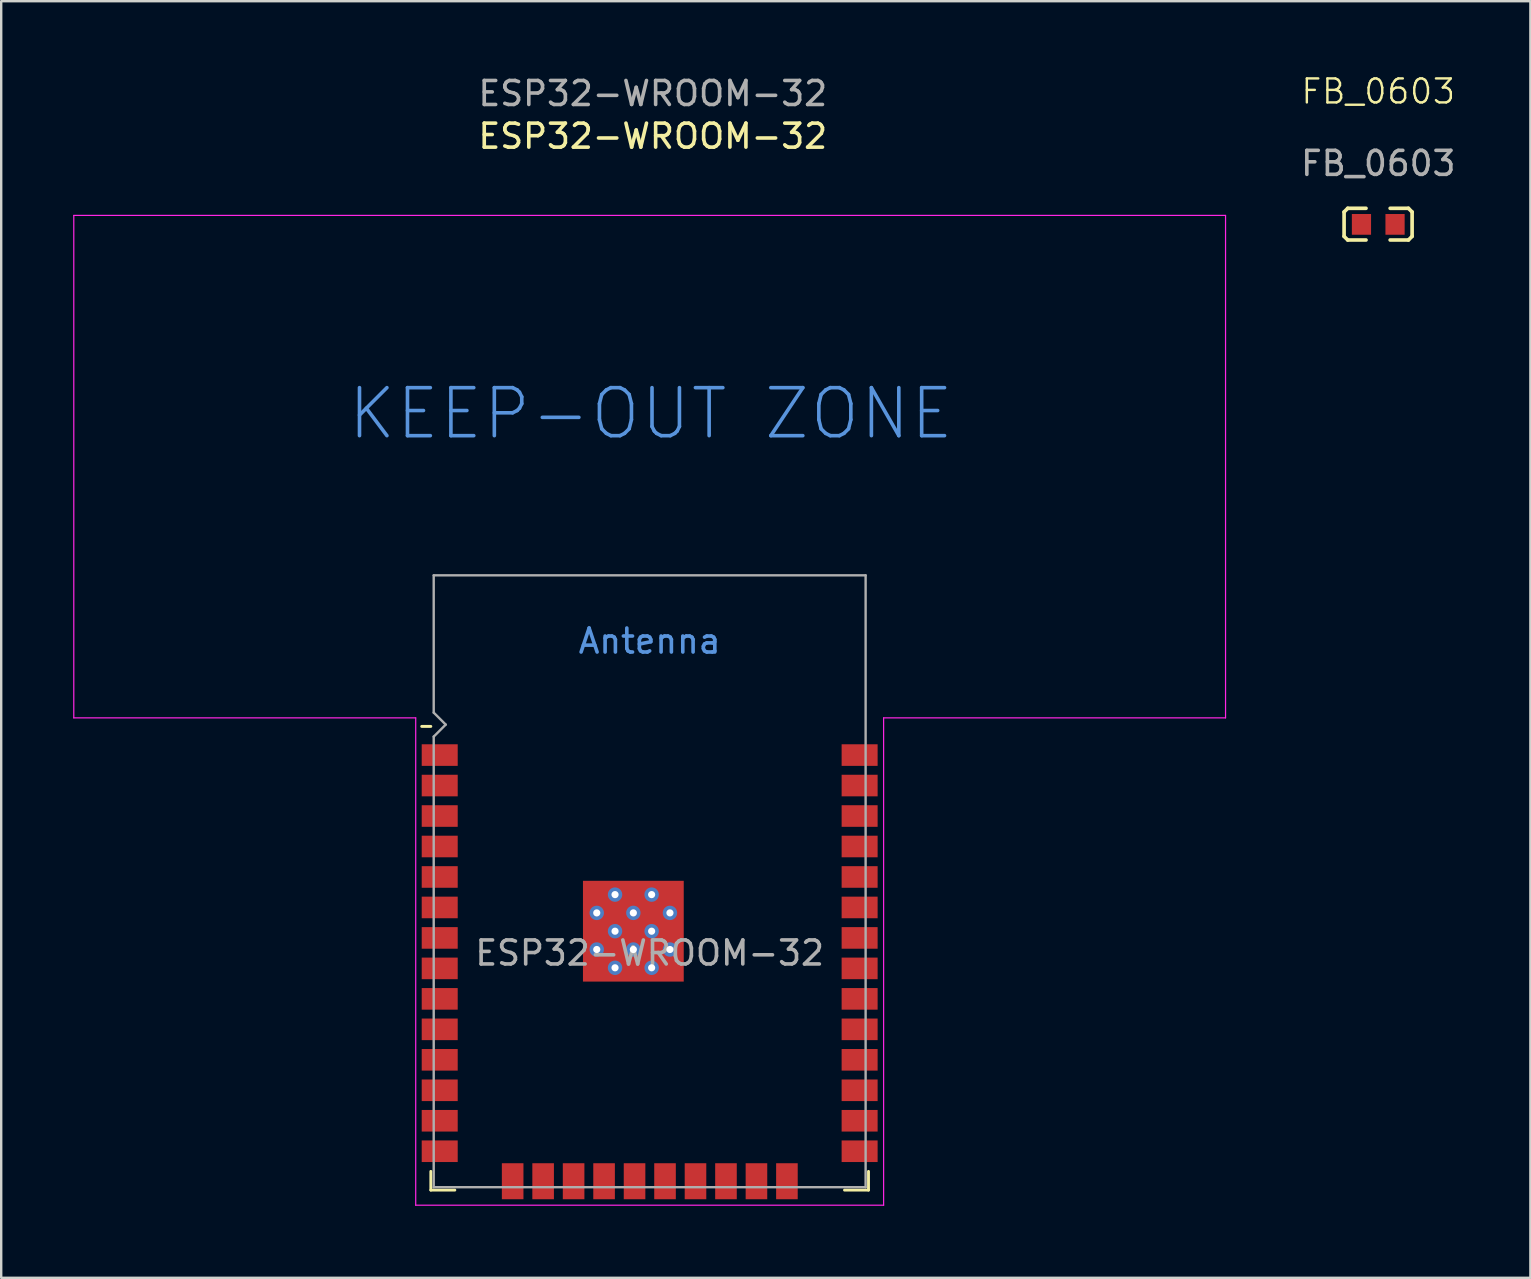
<source format=kicad_pcb>
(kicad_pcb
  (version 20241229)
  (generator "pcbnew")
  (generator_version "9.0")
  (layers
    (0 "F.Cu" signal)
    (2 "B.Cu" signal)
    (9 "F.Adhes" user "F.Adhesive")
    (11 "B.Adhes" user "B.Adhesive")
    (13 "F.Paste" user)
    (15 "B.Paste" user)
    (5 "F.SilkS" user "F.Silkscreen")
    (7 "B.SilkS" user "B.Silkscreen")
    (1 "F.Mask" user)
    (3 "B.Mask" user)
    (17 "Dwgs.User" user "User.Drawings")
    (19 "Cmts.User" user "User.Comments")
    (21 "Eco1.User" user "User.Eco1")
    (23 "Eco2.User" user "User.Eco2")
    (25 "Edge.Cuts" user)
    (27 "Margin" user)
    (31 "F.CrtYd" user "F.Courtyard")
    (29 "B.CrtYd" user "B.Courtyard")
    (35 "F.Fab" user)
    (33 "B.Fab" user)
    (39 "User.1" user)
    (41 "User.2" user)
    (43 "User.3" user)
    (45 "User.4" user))
  (footprint "ESP32-WROOM-32"
    (layer "F.Cu")
    (at 24.155 36.408)
    (property "Reference" "ESP32-WROOM-32" (at 0 -33.782 0) (unlocked yes) (layer "F.SilkS") (effects (font (size 1 1) (thickness 0.15))))
    (attr smd)
    (fp_line (start -9.25 -9.185) (end -9.63 -9.185) (stroke (width 0.12) (type solid)) (layer "F.SilkS"))
    (fp_line (start -9.25 9.36) (end -9.25 10.14) (stroke (width 0.12) (type solid)) (layer "F.SilkS"))
    (fp_line (start -9.25 10.14) (end -8.25 10.14) (stroke (width 0.12) (type solid)) (layer "F.SilkS"))
    (fp_line (start 8.99 9.36) (end 8.99 10.14) (stroke (width 0.12) (type solid)) (layer "F.SilkS"))
    (fp_line (start 8.99 10.14) (end 7.99 10.14) (stroke (width 0.12) (type solid)) (layer "F.SilkS"))
    (fp_line (start -24.13 -30.48) (end -24.13 -9.54) (stroke (width 0.05) (type solid)) (layer "F.CrtYd"))
    (fp_line (start -24.13 -9.54) (end -9.88 -9.54) (stroke (width 0.05) (type solid)) (layer "F.CrtYd"))
    (fp_line (start -9.88 10.77) (end -9.88 -9.54) (stroke (width 0.05) (type solid)) (layer "F.CrtYd"))
    (fp_line (start -9.88 10.77) (end 9.62 10.77) (stroke (width 0.05) (type solid)) (layer "F.CrtYd"))
    (fp_line (start 9.62 -9.54) (end 9.62 10.77) (stroke (width 0.05) (type solid)) (layer "F.CrtYd"))
    (fp_line (start 9.62 -9.54) (end 23.87 -9.54) (stroke (width 0.05) (type solid)) (layer "F.CrtYd"))
    (fp_line (start 23.87 -30.48) (end -24.13 -30.48) (stroke (width 0.05) (type solid)) (layer "F.CrtYd"))
    (fp_line (start 23.87 -9.54) (end 23.87 -30.48) (stroke (width 0.05) (type solid)) (layer "F.CrtYd"))
    (fp_line (start -9.13 -15.48) (end -9.13 -9.76) (stroke (width 0.1) (type solid)) (layer "F.Fab"))
    (fp_line (start -9.13 -15.48) (end 8.87 -15.48) (stroke (width 0.1) (type solid)) (layer "F.Fab"))
    (fp_line (start -9.13 -8.76) (end -9.13 10.02) (stroke (width 0.1) (type solid)) (layer "F.Fab"))
    (fp_line (start -9.13 -8.76) (end -8.63 -9.26) (stroke (width 0.1) (type solid)) (layer "F.Fab"))
    (fp_line (start -9.13 10.02) (end 8.87 10.02) (stroke (width 0.1) (type solid)) (layer "F.Fab"))
    (fp_line (start -8.63 -9.26) (end -9.13 -9.76) (stroke (width 0.1) (type solid)) (layer "F.Fab"))
    (fp_line (start 8.87 10.02) (end 8.87 -15.48) (stroke (width 0.1) (type solid)) (layer "F.Fab"))
    (fp_text user "Antenna" (at -0.13 -12.74 0) (layer "Cmts.User") (effects (font (size 1 1) (thickness 0.15))))
    (fp_text user "KEEP-OUT ZONE" (at -0.08 -22.22 0) (layer "Cmts.User") (effects (font (size 2 2) (thickness 0.15))))
    (fp_text user "${REFERENCE}" (at -0.13 0.26 0) (layer "F.Fab") (effects (font (size 1 1) (thickness 0.15))))
    (fp_text user "${REFERENCE}" (at 0 -35.56 0) (unlocked yes) (layer "F.Fab") (effects (font (size 1 1) (thickness 0.15))))
    (pad "1" smd rect (at -8.88 -7.99) (size 1.5 0.9) (layers "F.Cu" "F.Mask" "F.Paste"))
    (pad "2" smd rect (at -8.88 -6.72) (size 1.5 0.9) (layers "F.Cu" "F.Mask" "F.Paste"))
    (pad "3" smd rect (at -8.88 -5.45) (size 1.5 0.9) (layers "F.Cu" "F.Mask" "F.Paste"))
    (pad "4" smd rect (at -8.88 -4.18) (size 1.5 0.9) (layers "F.Cu" "F.Mask" "F.Paste"))
    (pad "5" smd rect (at -8.88 -2.91) (size 1.5 0.9) (layers "F.Cu" "F.Mask" "F.Paste"))
    (pad "6" smd rect (at -8.88 -1.64) (size 1.5 0.9) (layers "F.Cu" "F.Mask" "F.Paste"))
    (pad "7" smd rect (at -8.88 -0.37) (size 1.5 0.9) (layers "F.Cu" "F.Mask" "F.Paste"))
    (pad "8" smd rect (at -8.88 0.9) (size 1.5 0.9) (layers "F.Cu" "F.Mask" "F.Paste"))
    (pad "9" smd rect (at -8.88 2.17) (size 1.5 0.9) (layers "F.Cu" "F.Mask" "F.Paste"))
    (pad "10" smd rect (at -8.88 3.44) (size 1.5 0.9) (layers "F.Cu" "F.Mask" "F.Paste"))
    (pad "11" smd rect (at -8.88 4.71) (size 1.5 0.9) (layers "F.Cu" "F.Mask" "F.Paste"))
    (pad "12" smd rect (at -8.88 5.98) (size 1.5 0.9) (layers "F.Cu" "F.Mask" "F.Paste"))
    (pad "13" smd rect (at -8.88 7.25) (size 1.5 0.9) (layers "F.Cu" "F.Mask" "F.Paste"))
    (pad "14" smd rect (at -8.88 8.52) (size 1.5 0.9) (layers "F.Cu" "F.Mask" "F.Paste"))
    (pad "15" smd rect (at -5.84 9.77 90) (size 1.5 0.9) (layers "F.Cu" "F.Mask" "F.Paste"))
    (pad "16" smd rect (at -4.57 9.77 90) (size 1.5 0.9) (layers "F.Cu" "F.Mask" "F.Paste"))
    (pad "17" smd rect (at -3.3 9.77 90) (size 1.5 0.9) (layers "F.Cu" "F.Mask" "F.Paste"))
    (pad "18" smd rect (at -2.03 9.77 90) (size 1.5 0.9) (layers "F.Cu" "F.Mask" "F.Paste"))
    (pad "19" smd rect (at -0.76 9.77 90) (size 1.5 0.9) (layers "F.Cu" "F.Mask" "F.Paste"))
    (pad "20" smd rect (at 0.51 9.77 90) (size 1.5 0.9) (layers "F.Cu" "F.Mask" "F.Paste"))
    (pad "21" smd rect (at 1.78 9.77 90) (size 1.5 0.9) (layers "F.Cu" "F.Mask" "F.Paste"))
    (pad "22" smd rect (at 3.05 9.77 90) (size 1.5 0.9) (layers "F.Cu" "F.Mask" "F.Paste"))
    (pad "23" smd rect (at 4.32 9.77 90) (size 1.5 0.9) (layers "F.Cu" "F.Mask" "F.Paste"))
    (pad "24" smd rect (at 5.59 9.77 90) (size 1.5 0.9) (layers "F.Cu" "F.Mask" "F.Paste"))
    (pad "25" smd rect (at 8.62 8.52) (size 1.5 0.9) (layers "F.Cu" "F.Mask" "F.Paste"))
    (pad "26" smd rect (at 8.62 7.25) (size 1.5 0.9) (layers "F.Cu" "F.Mask" "F.Paste"))
    (pad "27" smd rect (at 8.62 5.98) (size 1.5 0.9) (layers "F.Cu" "F.Mask" "F.Paste"))
    (pad "28" smd rect (at 8.62 4.71) (size 1.5 0.9) (layers "F.Cu" "F.Mask" "F.Paste"))
    (pad "29" smd rect (at 8.62 3.44) (size 1.5 0.9) (layers "F.Cu" "F.Mask" "F.Paste"))
    (pad "30" smd rect (at 8.62 2.17) (size 1.5 0.9) (layers "F.Cu" "F.Mask" "F.Paste"))
    (pad "31" smd rect (at 8.62 0.9) (size 1.5 0.9) (layers "F.Cu" "F.Mask" "F.Paste"))
    (pad "32" smd rect (at 8.62 -0.37) (size 1.5 0.9) (layers "F.Cu" "F.Mask" "F.Paste"))
    (pad "33" smd rect (at 8.62 -1.64) (size 1.5 0.9) (layers "F.Cu" "F.Mask" "F.Paste"))
    (pad "34" smd rect (at 8.62 -2.91) (size 1.5 0.9) (layers "F.Cu" "F.Mask" "F.Paste"))
    (pad "35" smd rect (at 8.62 -4.18) (size 1.5 0.9) (layers "F.Cu" "F.Mask" "F.Paste"))
    (pad "36" smd rect (at 8.62 -5.45) (size 1.5 0.9) (layers "F.Cu" "F.Mask" "F.Paste"))
    (pad "37" smd rect (at 8.62 -6.72) (size 1.5 0.9) (layers "F.Cu" "F.Mask" "F.Paste"))
    (pad "38" smd rect (at 8.62 -7.99) (size 1.5 0.9) (layers "F.Cu" "F.Mask" "F.Paste"))
    (pad "39" smd rect (at -2.335 -2.175) (size 1.05 1.05) (layers "F.Cu" "F.Paste"))
    (pad "39" thru_hole circle (at -2.335 -1.413) (size 0.6 0.6) (drill 0.3) (property pad_prop_heatsink) (layers "*.Cu" "F.Mask"))
    (pad "39" smd rect (at -2.335 -0.65) (size 1.05 1.05) (layers "F.Cu" "F.Paste"))
    (pad "39" thru_hole circle (at -2.335 0.113) (size 0.6 0.6) (drill 0.3) (property pad_prop_heatsink) (layers "*.Cu" "F.Mask"))
    (pad "39" smd rect (at -2.335 0.875) (size 1.05 1.05) (layers "F.Cu" "F.Paste"))
    (pad "39" thru_hole circle (at -1.573 -2.175) (size 0.6 0.6) (drill 0.3) (property pad_prop_heatsink) (layers "*.Cu" "F.Mask"))
    (pad "39" thru_hole circle (at -1.573 -0.65) (size 0.6 0.6) (drill 0.3) (property pad_prop_heatsink) (layers "*.Cu" "F.Mask"))
    (pad "39" thru_hole circle (at -1.573 0.875) (size 0.6 0.6) (drill 0.3) (property pad_prop_heatsink) (layers "*.Cu" "F.Mask"))
    (pad "39" smd rect (at -0.81 -2.175) (size 1.05 1.05) (layers "F.Cu" "F.Paste"))
    (pad "39" thru_hole circle (at -0.81 -1.413) (size 0.6 0.6) (drill 0.3) (property pad_prop_heatsink) (layers "*.Cu" "F.Mask"))
    (pad "39" smd rect (at -0.81 -0.65) (size 1.05 1.05) (layers "F.Cu" "F.Paste"))
    (pad "39" smd rect (at -0.81 -0.65) (size 4.2 4.2) (layers "F.Cu" "F.Mask"))
    (pad "39" thru_hole circle (at -0.81 0.113) (size 0.6 0.6) (drill 0.3) (property pad_prop_heatsink) (layers "*.Cu" "F.Mask"))
    (pad "39" smd rect (at -0.81 0.875) (size 1.05 1.05) (layers "F.Cu" "F.Paste"))
    (pad "39" thru_hole circle (at -0.048 -2.175) (size 0.6 0.6) (drill 0.3) (property pad_prop_heatsink) (layers "*.Cu" "F.Mask"))
    (pad "39" thru_hole circle (at -0.048 -0.65) (size 0.6 0.6) (drill 0.3) (property pad_prop_heatsink) (layers "*.Cu" "F.Mask"))
    (pad "39" thru_hole circle (at -0.048 0.875) (size 0.6 0.6) (drill 0.3) (property pad_prop_heatsink) (layers "*.Cu" "F.Mask"))
    (pad "39" smd rect (at 0.715 -2.175) (size 1.05 1.05) (layers "F.Cu" "F.Paste"))
    (pad "39" thru_hole circle (at 0.715 -1.413) (size 0.6 0.6) (drill 0.3) (property pad_prop_heatsink) (layers "*.Cu" "F.Mask"))
    (pad "39" smd rect (at 0.715 -0.65) (size 1.05 1.05) (layers "F.Cu" "F.Paste"))
    (pad "39" thru_hole circle (at 0.715 0.113) (size 0.6 0.6) (drill 0.3) (property pad_prop_heatsink) (layers "*.Cu" "F.Mask"))
    (pad "39" smd rect (at 0.715 0.875) (size 1.05 1.05) (layers "F.Cu" "F.Paste"))
    (zone (net_name "") (layers "F.Cu" "B.Cu") (hatch full 0.508) (connect_pads) (min_thickness 0.254) (filled_areas_thickness no) (keepout (tracks not_allowed) (vias not_allowed) (pads not_allowed) (copperpour not_allowed) (footprints not_allowed)) (placement (enabled no)) (fill) (polygon (pts (xy 0.025 26.868) (xy 48.025 26.868) (xy 48.025 5.928) (xy 0.025 5.928)))))
  (footprint "FB_0603"
    (layer "F.Cu")
    (at 54.389 6.301)
    (property "Reference" "FB_0603" (at 0 -5.54 0) (unlocked yes) (layer "F.SilkS") (effects (font (size 1 1) (thickness 0.1))))
    (attr smd)
    (fp_line (start -1.424 -0.517) (end -1.272 -0.67) (stroke (width 0.152) (type solid)) (layer "F.SilkS"))
    (fp_line (start -1.424 0.499) (end -1.424 -0.517) (stroke (width 0.152) (type solid)) (layer "F.SilkS"))
    (fp_line (start -1.272 -0.67) (end -0.51 -0.67) (stroke (width 0.152) (type solid)) (layer "F.SilkS"))
    (fp_line (start -1.272 0.651) (end -1.424 0.499) (stroke (width 0.152) (type solid)) (layer "F.SilkS"))
    (fp_line (start -1.272 0.651) (end -0.51 0.651) (stroke (width 0.152) (type solid)) (layer "F.SilkS"))
    (fp_line (start 1.258 -0.67) (end 0.496 -0.67) (stroke (width 0.152) (type solid)) (layer "F.SilkS"))
    (fp_line (start 1.258 -0.67) (end 1.411 -0.517) (stroke (width 0.152) (type solid)) (layer "F.SilkS"))
    (fp_line (start 1.258 0.651) (end 0.496 0.651) (stroke (width 0.152) (type solid)) (layer "F.SilkS"))
    (fp_line (start 1.411 -0.517) (end 1.411 0.499) (stroke (width 0.152) (type solid)) (layer "F.SilkS"))
    (fp_line (start 1.411 0.499) (end 1.258 0.651) (stroke (width 0.152) (type solid)) (layer "F.SilkS"))
    (fp_poly (pts (xy -0.252 -0.143) (xy -0.252 0.134) (xy -0.526 0.427) (xy -1.029 0.427) (xy -1.093 0.363) (xy -1.093 -0.373) (xy -1.029 -0.437) (xy -0.526 -0.437)) (stroke (width 0) (type solid)) (fill yes) (layer "F.Paste"))
    (fp_poly (pts (xy 0.264 -0.154) (xy 0.264 0.122) (xy 0.538 0.416) (xy 1.042 0.416) (xy 1.106 0.352) (xy 1.106 -0.384) (xy 1.042 -0.448) (xy 0.538 -0.448)) (stroke (width 0) (type solid)) (fill yes) (layer "F.Paste"))
    (fp_text user "${REFERENCE}" (at 0 -2.54 0) (unlocked yes) (layer "F.Fab") (effects (font (size 1 1) (thickness 0.15))))
    (pad "1" smd rect (at -0.7 0 180) (size 0.8 0.864) (layers "F.Cu" "F.Mask" "F.Paste"))
    (pad "2" smd rect (at 0.7 0 180) (size 0.8 0.864) (layers "F.Cu" "F.Mask" "F.Paste")))
  (gr_rect
    (start -3 -3)
    (end 60.729 50.203)
    (stroke (width 0.1) (type default))
    (fill no)
    (layer "Edge.Cuts")))
</source>
